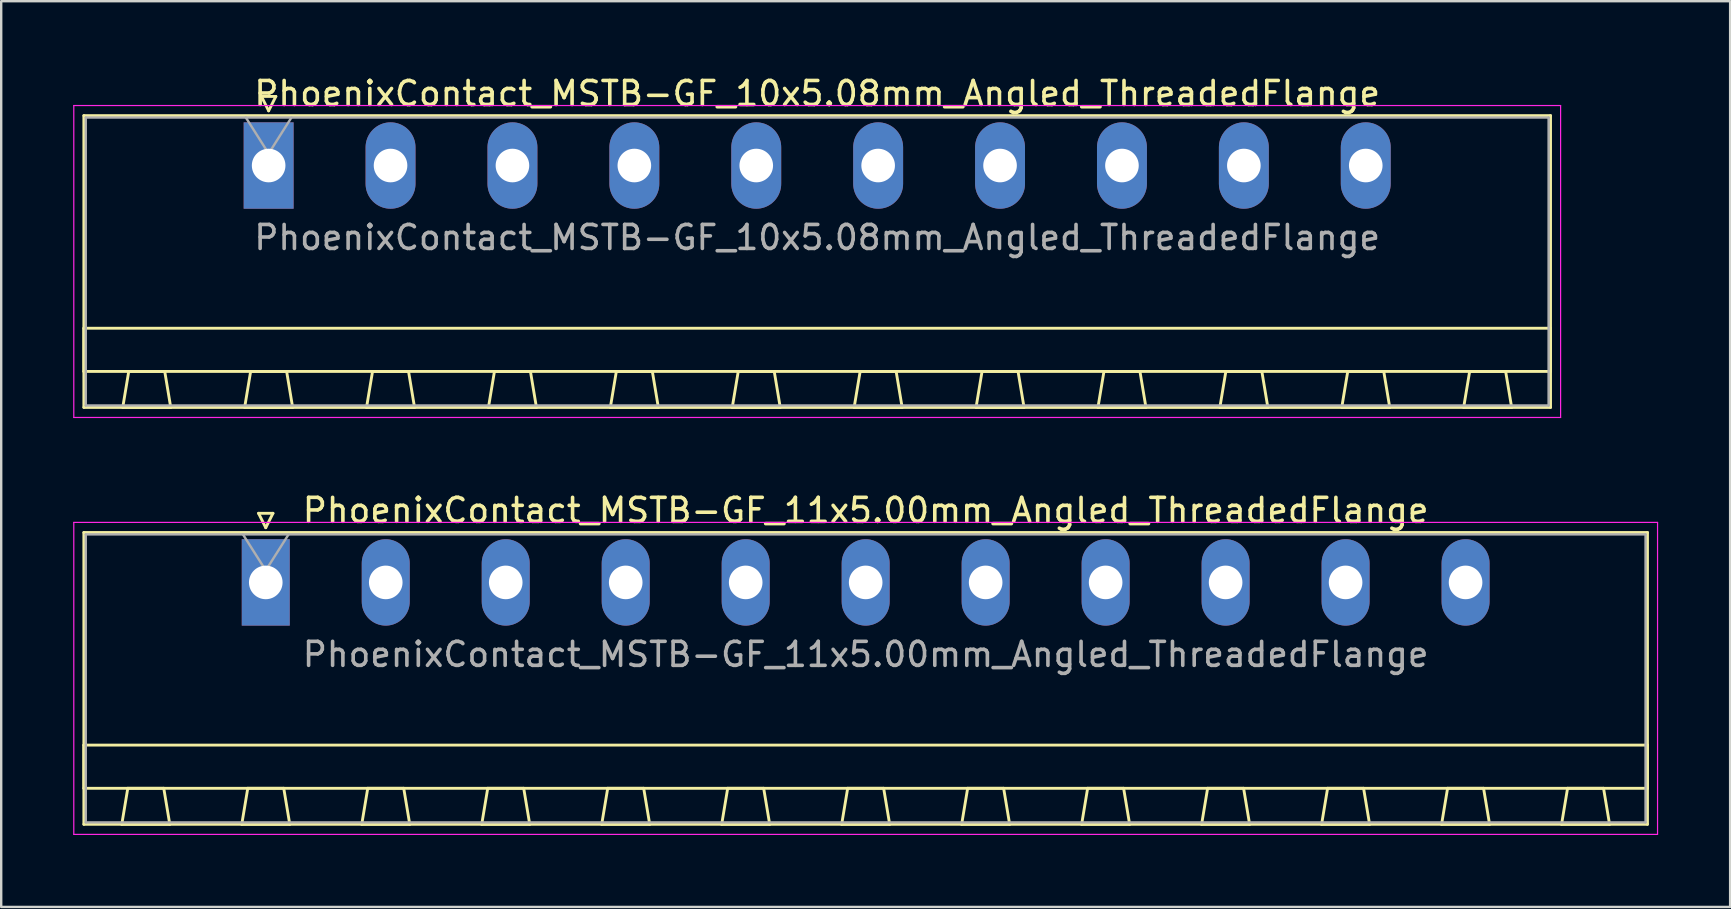
<source format=kicad_pcb>
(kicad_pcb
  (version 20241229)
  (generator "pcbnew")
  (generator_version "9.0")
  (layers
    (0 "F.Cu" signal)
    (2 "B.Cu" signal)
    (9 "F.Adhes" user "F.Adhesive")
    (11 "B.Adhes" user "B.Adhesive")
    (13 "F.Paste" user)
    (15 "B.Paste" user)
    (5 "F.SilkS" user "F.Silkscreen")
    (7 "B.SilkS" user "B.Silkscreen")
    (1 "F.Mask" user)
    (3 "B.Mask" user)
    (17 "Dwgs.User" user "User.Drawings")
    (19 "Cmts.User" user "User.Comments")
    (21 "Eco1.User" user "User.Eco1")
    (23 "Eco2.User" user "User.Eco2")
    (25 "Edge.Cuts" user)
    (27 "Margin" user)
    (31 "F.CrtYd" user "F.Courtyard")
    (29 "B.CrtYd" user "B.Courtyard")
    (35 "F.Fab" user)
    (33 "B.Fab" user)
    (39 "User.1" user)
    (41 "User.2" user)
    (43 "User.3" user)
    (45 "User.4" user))
  (footprint "PhoenixContact_MSTB-GF_11x5.00mm_Angled_ThreadedFlange"
    (layer "F.Cu")
    (at 8.025 21.221)
    (property "Reference" "PhoenixContact_MSTB-GF_11x5.00mm_Angled_ThreadedFlange" (at 25 -3 0) (layer "F.SilkS") (effects (font (size 1 1) (thickness 0.15))))
    (attr through_hole)
    (fp_line (start -7.58 -2.08) (end -7.58 10.08) (stroke (width 0.12) (type solid)) (layer "F.SilkS"))
    (fp_line (start -7.58 6.78) (end 57.58 6.78) (stroke (width 0.12) (type solid)) (layer "F.SilkS"))
    (fp_line (start -7.58 8.58) (end -7.58 6.78) (stroke (width 0.12) (type solid)) (layer "F.SilkS"))
    (fp_line (start -7.58 10.08) (end 57.58 10.08) (stroke (width 0.12) (type solid)) (layer "F.SilkS"))
    (fp_line (start -6 10.08) (end -4 10.08) (stroke (width 0.12) (type solid)) (layer "F.SilkS"))
    (fp_line (start -5.75 8.58) (end -6 10.08) (stroke (width 0.12) (type solid)) (layer "F.SilkS"))
    (fp_line (start -4.25 8.58) (end -5.75 8.58) (stroke (width 0.12) (type solid)) (layer "F.SilkS"))
    (fp_line (start -4 10.08) (end -4.25 8.58) (stroke (width 0.12) (type solid)) (layer "F.SilkS"))
    (fp_line (start -1 10.08) (end 1 10.08) (stroke (width 0.12) (type solid)) (layer "F.SilkS"))
    (fp_line (start -0.75 8.58) (end -1 10.08) (stroke (width 0.12) (type solid)) (layer "F.SilkS"))
    (fp_line (start -0.3 -2.88) (end 0.3 -2.88) (stroke (width 0.12) (type solid)) (layer "F.SilkS"))
    (fp_line (start 0 -2.28) (end -0.3 -2.88) (stroke (width 0.12) (type solid)) (layer "F.SilkS"))
    (fp_line (start 0.3 -2.88) (end 0 -2.28) (stroke (width 0.12) (type solid)) (layer "F.SilkS"))
    (fp_line (start 0.75 8.58) (end -0.75 8.58) (stroke (width 0.12) (type solid)) (layer "F.SilkS"))
    (fp_line (start 1 10.08) (end 0.75 8.58) (stroke (width 0.12) (type solid)) (layer "F.SilkS"))
    (fp_line (start 4 10.08) (end 6 10.08) (stroke (width 0.12) (type solid)) (layer "F.SilkS"))
    (fp_line (start 4.25 8.58) (end 4 10.08) (stroke (width 0.12) (type solid)) (layer "F.SilkS"))
    (fp_line (start 5.75 8.58) (end 4.25 8.58) (stroke (width 0.12) (type solid)) (layer "F.SilkS"))
    (fp_line (start 6 10.08) (end 5.75 8.58) (stroke (width 0.12) (type solid)) (layer "F.SilkS"))
    (fp_line (start 9 10.08) (end 11 10.08) (stroke (width 0.12) (type solid)) (layer "F.SilkS"))
    (fp_line (start 9.25 8.58) (end 9 10.08) (stroke (width 0.12) (type solid)) (layer "F.SilkS"))
    (fp_line (start 10.75 8.58) (end 9.25 8.58) (stroke (width 0.12) (type solid)) (layer "F.SilkS"))
    (fp_line (start 11 10.08) (end 10.75 8.58) (stroke (width 0.12) (type solid)) (layer "F.SilkS"))
    (fp_line (start 14 10.08) (end 16 10.08) (stroke (width 0.12) (type solid)) (layer "F.SilkS"))
    (fp_line (start 14.25 8.58) (end 14 10.08) (stroke (width 0.12) (type solid)) (layer "F.SilkS"))
    (fp_line (start 15.75 8.58) (end 14.25 8.58) (stroke (width 0.12) (type solid)) (layer "F.SilkS"))
    (fp_line (start 16 10.08) (end 15.75 8.58) (stroke (width 0.12) (type solid)) (layer "F.SilkS"))
    (fp_line (start 19 10.08) (end 21 10.08) (stroke (width 0.12) (type solid)) (layer "F.SilkS"))
    (fp_line (start 19.25 8.58) (end 19 10.08) (stroke (width 0.12) (type solid)) (layer "F.SilkS"))
    (fp_line (start 20.75 8.58) (end 19.25 8.58) (stroke (width 0.12) (type solid)) (layer "F.SilkS"))
    (fp_line (start 21 10.08) (end 20.75 8.58) (stroke (width 0.12) (type solid)) (layer "F.SilkS"))
    (fp_line (start 24 10.08) (end 26 10.08) (stroke (width 0.12) (type solid)) (layer "F.SilkS"))
    (fp_line (start 24.25 8.58) (end 24 10.08) (stroke (width 0.12) (type solid)) (layer "F.SilkS"))
    (fp_line (start 25.75 8.58) (end 24.25 8.58) (stroke (width 0.12) (type solid)) (layer "F.SilkS"))
    (fp_line (start 26 10.08) (end 25.75 8.58) (stroke (width 0.12) (type solid)) (layer "F.SilkS"))
    (fp_line (start 29 10.08) (end 31 10.08) (stroke (width 0.12) (type solid)) (layer "F.SilkS"))
    (fp_line (start 29.25 8.58) (end 29 10.08) (stroke (width 0.12) (type solid)) (layer "F.SilkS"))
    (fp_line (start 30.75 8.58) (end 29.25 8.58) (stroke (width 0.12) (type solid)) (layer "F.SilkS"))
    (fp_line (start 31 10.08) (end 30.75 8.58) (stroke (width 0.12) (type solid)) (layer "F.SilkS"))
    (fp_line (start 34 10.08) (end 36 10.08) (stroke (width 0.12) (type solid)) (layer "F.SilkS"))
    (fp_line (start 34.25 8.58) (end 34 10.08) (stroke (width 0.12) (type solid)) (layer "F.SilkS"))
    (fp_line (start 35.75 8.58) (end 34.25 8.58) (stroke (width 0.12) (type solid)) (layer "F.SilkS"))
    (fp_line (start 36 10.08) (end 35.75 8.58) (stroke (width 0.12) (type solid)) (layer "F.SilkS"))
    (fp_line (start 39 10.08) (end 41 10.08) (stroke (width 0.12) (type solid)) (layer "F.SilkS"))
    (fp_line (start 39.25 8.58) (end 39 10.08) (stroke (width 0.12) (type solid)) (layer "F.SilkS"))
    (fp_line (start 40.75 8.58) (end 39.25 8.58) (stroke (width 0.12) (type solid)) (layer "F.SilkS"))
    (fp_line (start 41 10.08) (end 40.75 8.58) (stroke (width 0.12) (type solid)) (layer "F.SilkS"))
    (fp_line (start 44 10.08) (end 46 10.08) (stroke (width 0.12) (type solid)) (layer "F.SilkS"))
    (fp_line (start 44.25 8.58) (end 44 10.08) (stroke (width 0.12) (type solid)) (layer "F.SilkS"))
    (fp_line (start 45.75 8.58) (end 44.25 8.58) (stroke (width 0.12) (type solid)) (layer "F.SilkS"))
    (fp_line (start 46 10.08) (end 45.75 8.58) (stroke (width 0.12) (type solid)) (layer "F.SilkS"))
    (fp_line (start 49 10.08) (end 51 10.08) (stroke (width 0.12) (type solid)) (layer "F.SilkS"))
    (fp_line (start 49.25 8.58) (end 49 10.08) (stroke (width 0.12) (type solid)) (layer "F.SilkS"))
    (fp_line (start 50.75 8.58) (end 49.25 8.58) (stroke (width 0.12) (type solid)) (layer "F.SilkS"))
    (fp_line (start 51 10.08) (end 50.75 8.58) (stroke (width 0.12) (type solid)) (layer "F.SilkS"))
    (fp_line (start 54 10.08) (end 56 10.08) (stroke (width 0.12) (type solid)) (layer "F.SilkS"))
    (fp_line (start 54.25 8.58) (end 54 10.08) (stroke (width 0.12) (type solid)) (layer "F.SilkS"))
    (fp_line (start 55.75 8.58) (end 54.25 8.58) (stroke (width 0.12) (type solid)) (layer "F.SilkS"))
    (fp_line (start 56 10.08) (end 55.75 8.58) (stroke (width 0.12) (type solid)) (layer "F.SilkS"))
    (fp_line (start 57.58 -2.08) (end -7.58 -2.08) (stroke (width 0.12) (type solid)) (layer "F.SilkS"))
    (fp_line (start 57.58 6.78) (end 57.58 8.58) (stroke (width 0.12) (type solid)) (layer "F.SilkS"))
    (fp_line (start 57.58 8.58) (end -7.58 8.58) (stroke (width 0.12) (type solid)) (layer "F.SilkS"))
    (fp_line (start 57.58 10.08) (end 57.58 -2.08) (stroke (width 0.12) (type solid)) (layer "F.SilkS"))
    (fp_line (start -8 -2.5) (end -8 10.5) (stroke (width 0.05) (type solid)) (layer "F.CrtYd"))
    (fp_line (start -8 10.5) (end 58 10.5) (stroke (width 0.05) (type solid)) (layer "F.CrtYd"))
    (fp_line (start 58 -2.5) (end -8 -2.5) (stroke (width 0.05) (type solid)) (layer "F.CrtYd"))
    (fp_line (start 58 10.5) (end 58 -2.5) (stroke (width 0.05) (type solid)) (layer "F.CrtYd"))
    (fp_line (start -7.5 -2) (end -7.5 10) (stroke (width 0.1) (type solid)) (layer "F.Fab"))
    (fp_line (start -7.5 10) (end 57.5 10) (stroke (width 0.1) (type solid)) (layer "F.Fab"))
    (fp_line (start 0 -0.5) (end -0.95 -2) (stroke (width 0.1) (type solid)) (layer "F.Fab"))
    (fp_line (start 0.95 -2) (end 0 -0.5) (stroke (width 0.1) (type solid)) (layer "F.Fab"))
    (fp_line (start 57.5 -2) (end -7.5 -2) (stroke (width 0.1) (type solid)) (layer "F.Fab"))
    (fp_line (start 57.5 10) (end 57.5 -2) (stroke (width 0.1) (type solid)) (layer "F.Fab"))
    (fp_text user "${REFERENCE}" (at 25 3 0) (layer "F.Fab") (effects (font (size 1 1) (thickness 0.15))))
    (pad "1" thru_hole rect (at 0 0) (size 2 3.6) (drill 1.4) (layers "*.Cu" "*.Mask"))
    (pad "2" thru_hole oval (at 5 0) (size 2 3.6) (drill 1.4) (layers "*.Cu" "*.Mask"))
    (pad "3" thru_hole oval (at 10 0) (size 2 3.6) (drill 1.4) (layers "*.Cu" "*.Mask"))
    (pad "4" thru_hole oval (at 15 0) (size 2 3.6) (drill 1.4) (layers "*.Cu" "*.Mask"))
    (pad "5" thru_hole oval (at 20 0) (size 2 3.6) (drill 1.4) (layers "*.Cu" "*.Mask"))
    (pad "6" thru_hole oval (at 25 0) (size 2 3.6) (drill 1.4) (layers "*.Cu" "*.Mask"))
    (pad "7" thru_hole oval (at 30 0) (size 2 3.6) (drill 1.4) (layers "*.Cu" "*.Mask"))
    (pad "8" thru_hole oval (at 35 0) (size 2 3.6) (drill 1.4) (layers "*.Cu" "*.Mask"))
    (pad "9" thru_hole oval (at 40 0) (size 2 3.6) (drill 1.4) (layers "*.Cu" "*.Mask"))
    (pad "10" thru_hole oval (at 45 0) (size 2 3.6) (drill 1.4) (layers "*.Cu" "*.Mask"))
    (pad "11" thru_hole oval (at 50 0) (size 2 3.6) (drill 1.4) (layers "*.Cu" "*.Mask")))
  (footprint "PhoenixContact_MSTB-GF_10x5.08mm_Angled_ThreadedFlange"
    (layer "F.Cu")
    (at 8.145 3.848)
    (property "Reference" "PhoenixContact_MSTB-GF_10x5.08mm_Angled_ThreadedFlange" (at 22.86 -3 0) (layer "F.SilkS") (effects (font (size 1 1) (thickness 0.15))))
    (attr through_hole)
    (fp_line (start -7.7 -2.08) (end -7.7 10.08) (stroke (width 0.12) (type solid)) (layer "F.SilkS"))
    (fp_line (start -7.7 6.78) (end 53.42 6.78) (stroke (width 0.12) (type solid)) (layer "F.SilkS"))
    (fp_line (start -7.7 8.58) (end -7.7 6.78) (stroke (width 0.12) (type solid)) (layer "F.SilkS"))
    (fp_line (start -7.7 10.08) (end 53.42 10.08) (stroke (width 0.12) (type solid)) (layer "F.SilkS"))
    (fp_line (start -6.08 10.08) (end -4.08 10.08) (stroke (width 0.12) (type solid)) (layer "F.SilkS"))
    (fp_line (start -5.83 8.58) (end -6.08 10.08) (stroke (width 0.12) (type solid)) (layer "F.SilkS"))
    (fp_line (start -4.33 8.58) (end -5.83 8.58) (stroke (width 0.12) (type solid)) (layer "F.SilkS"))
    (fp_line (start -4.08 10.08) (end -4.33 8.58) (stroke (width 0.12) (type solid)) (layer "F.SilkS"))
    (fp_line (start -1 10.08) (end 1 10.08) (stroke (width 0.12) (type solid)) (layer "F.SilkS"))
    (fp_line (start -0.75 8.58) (end -1 10.08) (stroke (width 0.12) (type solid)) (layer "F.SilkS"))
    (fp_line (start -0.3 -2.88) (end 0.3 -2.88) (stroke (width 0.12) (type solid)) (layer "F.SilkS"))
    (fp_line (start 0 -2.28) (end -0.3 -2.88) (stroke (width 0.12) (type solid)) (layer "F.SilkS"))
    (fp_line (start 0.3 -2.88) (end 0 -2.28) (stroke (width 0.12) (type solid)) (layer "F.SilkS"))
    (fp_line (start 0.75 8.58) (end -0.75 8.58) (stroke (width 0.12) (type solid)) (layer "F.SilkS"))
    (fp_line (start 1 10.08) (end 0.75 8.58) (stroke (width 0.12) (type solid)) (layer "F.SilkS"))
    (fp_line (start 4.08 10.08) (end 6.08 10.08) (stroke (width 0.12) (type solid)) (layer "F.SilkS"))
    (fp_line (start 4.33 8.58) (end 4.08 10.08) (stroke (width 0.12) (type solid)) (layer "F.SilkS"))
    (fp_line (start 5.83 8.58) (end 4.33 8.58) (stroke (width 0.12) (type solid)) (layer "F.SilkS"))
    (fp_line (start 6.08 10.08) (end 5.83 8.58) (stroke (width 0.12) (type solid)) (layer "F.SilkS"))
    (fp_line (start 9.16 10.08) (end 11.16 10.08) (stroke (width 0.12) (type solid)) (layer "F.SilkS"))
    (fp_line (start 9.41 8.58) (end 9.16 10.08) (stroke (width 0.12) (type solid)) (layer "F.SilkS"))
    (fp_line (start 10.91 8.58) (end 9.41 8.58) (stroke (width 0.12) (type solid)) (layer "F.SilkS"))
    (fp_line (start 11.16 10.08) (end 10.91 8.58) (stroke (width 0.12) (type solid)) (layer "F.SilkS"))
    (fp_line (start 14.24 10.08) (end 16.24 10.08) (stroke (width 0.12) (type solid)) (layer "F.SilkS"))
    (fp_line (start 14.49 8.58) (end 14.24 10.08) (stroke (width 0.12) (type solid)) (layer "F.SilkS"))
    (fp_line (start 15.99 8.58) (end 14.49 8.58) (stroke (width 0.12) (type solid)) (layer "F.SilkS"))
    (fp_line (start 16.24 10.08) (end 15.99 8.58) (stroke (width 0.12) (type solid)) (layer "F.SilkS"))
    (fp_line (start 19.32 10.08) (end 21.32 10.08) (stroke (width 0.12) (type solid)) (layer "F.SilkS"))
    (fp_line (start 19.57 8.58) (end 19.32 10.08) (stroke (width 0.12) (type solid)) (layer "F.SilkS"))
    (fp_line (start 21.07 8.58) (end 19.57 8.58) (stroke (width 0.12) (type solid)) (layer "F.SilkS"))
    (fp_line (start 21.32 10.08) (end 21.07 8.58) (stroke (width 0.12) (type solid)) (layer "F.SilkS"))
    (fp_line (start 24.4 10.08) (end 26.4 10.08) (stroke (width 0.12) (type solid)) (layer "F.SilkS"))
    (fp_line (start 24.65 8.58) (end 24.4 10.08) (stroke (width 0.12) (type solid)) (layer "F.SilkS"))
    (fp_line (start 26.15 8.58) (end 24.65 8.58) (stroke (width 0.12) (type solid)) (layer "F.SilkS"))
    (fp_line (start 26.4 10.08) (end 26.15 8.58) (stroke (width 0.12) (type solid)) (layer "F.SilkS"))
    (fp_line (start 29.48 10.08) (end 31.48 10.08) (stroke (width 0.12) (type solid)) (layer "F.SilkS"))
    (fp_line (start 29.73 8.58) (end 29.48 10.08) (stroke (width 0.12) (type solid)) (layer "F.SilkS"))
    (fp_line (start 31.23 8.58) (end 29.73 8.58) (stroke (width 0.12) (type solid)) (layer "F.SilkS"))
    (fp_line (start 31.48 10.08) (end 31.23 8.58) (stroke (width 0.12) (type solid)) (layer "F.SilkS"))
    (fp_line (start 34.56 10.08) (end 36.56 10.08) (stroke (width 0.12) (type solid)) (layer "F.SilkS"))
    (fp_line (start 34.81 8.58) (end 34.56 10.08) (stroke (width 0.12) (type solid)) (layer "F.SilkS"))
    (fp_line (start 36.31 8.58) (end 34.81 8.58) (stroke (width 0.12) (type solid)) (layer "F.SilkS"))
    (fp_line (start 36.56 10.08) (end 36.31 8.58) (stroke (width 0.12) (type solid)) (layer "F.SilkS"))
    (fp_line (start 39.64 10.08) (end 41.64 10.08) (stroke (width 0.12) (type solid)) (layer "F.SilkS"))
    (fp_line (start 39.89 8.58) (end 39.64 10.08) (stroke (width 0.12) (type solid)) (layer "F.SilkS"))
    (fp_line (start 41.39 8.58) (end 39.89 8.58) (stroke (width 0.12) (type solid)) (layer "F.SilkS"))
    (fp_line (start 41.64 10.08) (end 41.39 8.58) (stroke (width 0.12) (type solid)) (layer "F.SilkS"))
    (fp_line (start 44.72 10.08) (end 46.72 10.08) (stroke (width 0.12) (type solid)) (layer "F.SilkS"))
    (fp_line (start 44.97 8.58) (end 44.72 10.08) (stroke (width 0.12) (type solid)) (layer "F.SilkS"))
    (fp_line (start 46.47 8.58) (end 44.97 8.58) (stroke (width 0.12) (type solid)) (layer "F.SilkS"))
    (fp_line (start 46.72 10.08) (end 46.47 8.58) (stroke (width 0.12) (type solid)) (layer "F.SilkS"))
    (fp_line (start 49.8 10.08) (end 51.8 10.08) (stroke (width 0.12) (type solid)) (layer "F.SilkS"))
    (fp_line (start 50.05 8.58) (end 49.8 10.08) (stroke (width 0.12) (type solid)) (layer "F.SilkS"))
    (fp_line (start 51.55 8.58) (end 50.05 8.58) (stroke (width 0.12) (type solid)) (layer "F.SilkS"))
    (fp_line (start 51.8 10.08) (end 51.55 8.58) (stroke (width 0.12) (type solid)) (layer "F.SilkS"))
    (fp_line (start 53.42 -2.08) (end -7.7 -2.08) (stroke (width 0.12) (type solid)) (layer "F.SilkS"))
    (fp_line (start 53.42 6.78) (end 53.42 8.58) (stroke (width 0.12) (type solid)) (layer "F.SilkS"))
    (fp_line (start 53.42 8.58) (end -7.7 8.58) (stroke (width 0.12) (type solid)) (layer "F.SilkS"))
    (fp_line (start 53.42 10.08) (end 53.42 -2.08) (stroke (width 0.12) (type solid)) (layer "F.SilkS"))
    (fp_line (start -8.12 -2.5) (end -8.12 10.5) (stroke (width 0.05) (type solid)) (layer "F.CrtYd"))
    (fp_line (start -8.12 10.5) (end 53.84 10.5) (stroke (width 0.05) (type solid)) (layer "F.CrtYd"))
    (fp_line (start 53.84 -2.5) (end -8.12 -2.5) (stroke (width 0.05) (type solid)) (layer "F.CrtYd"))
    (fp_line (start 53.84 10.5) (end 53.84 -2.5) (stroke (width 0.05) (type solid)) (layer "F.CrtYd"))
    (fp_line (start -7.62 -2) (end -7.62 10) (stroke (width 0.1) (type solid)) (layer "F.Fab"))
    (fp_line (start -7.62 10) (end 53.34 10) (stroke (width 0.1) (type solid)) (layer "F.Fab"))
    (fp_line (start 0 -0.5) (end -0.95 -2) (stroke (width 0.1) (type solid)) (layer "F.Fab"))
    (fp_line (start 0.95 -2) (end 0 -0.5) (stroke (width 0.1) (type solid)) (layer "F.Fab"))
    (fp_line (start 53.34 -2) (end -7.62 -2) (stroke (width 0.1) (type solid)) (layer "F.Fab"))
    (fp_line (start 53.34 10) (end 53.34 -2) (stroke (width 0.1) (type solid)) (layer "F.Fab"))
    (fp_text user "${REFERENCE}" (at 22.86 3 0) (layer "F.Fab") (effects (font (size 1 1) (thickness 0.15))))
    (pad "1" thru_hole rect (at 0 0) (size 2.08 3.6) (drill 1.4) (layers "*.Cu" "*.Mask"))
    (pad "2" thru_hole oval (at 5.08 0) (size 2.08 3.6) (drill 1.4) (layers "*.Cu" "*.Mask"))
    (pad "3" thru_hole oval (at 10.16 0) (size 2.08 3.6) (drill 1.4) (layers "*.Cu" "*.Mask"))
    (pad "4" thru_hole oval (at 15.24 0) (size 2.08 3.6) (drill 1.4) (layers "*.Cu" "*.Mask"))
    (pad "5" thru_hole oval (at 20.32 0) (size 2.08 3.6) (drill 1.4) (layers "*.Cu" "*.Mask"))
    (pad "6" thru_hole oval (at 25.4 0) (size 2.08 3.6) (drill 1.4) (layers "*.Cu" "*.Mask"))
    (pad "7" thru_hole oval (at 30.48 0) (size 2.08 3.6) (drill 1.4) (layers "*.Cu" "*.Mask"))
    (pad "8" thru_hole oval (at 35.56 0) (size 2.08 3.6) (drill 1.4) (layers "*.Cu" "*.Mask"))
    (pad "9" thru_hole oval (at 40.64 0) (size 2.08 3.6) (drill 1.4) (layers "*.Cu" "*.Mask"))
    (pad "10" thru_hole oval (at 45.72 0) (size 2.08 3.6) (drill 1.4) (layers "*.Cu" "*.Mask")))
  (gr_rect
    (start -3 -3)
    (end 69.05 34.746)
    (stroke (width 0.1) (type default))
    (fill no)
    (layer "Edge.Cuts")))
</source>
